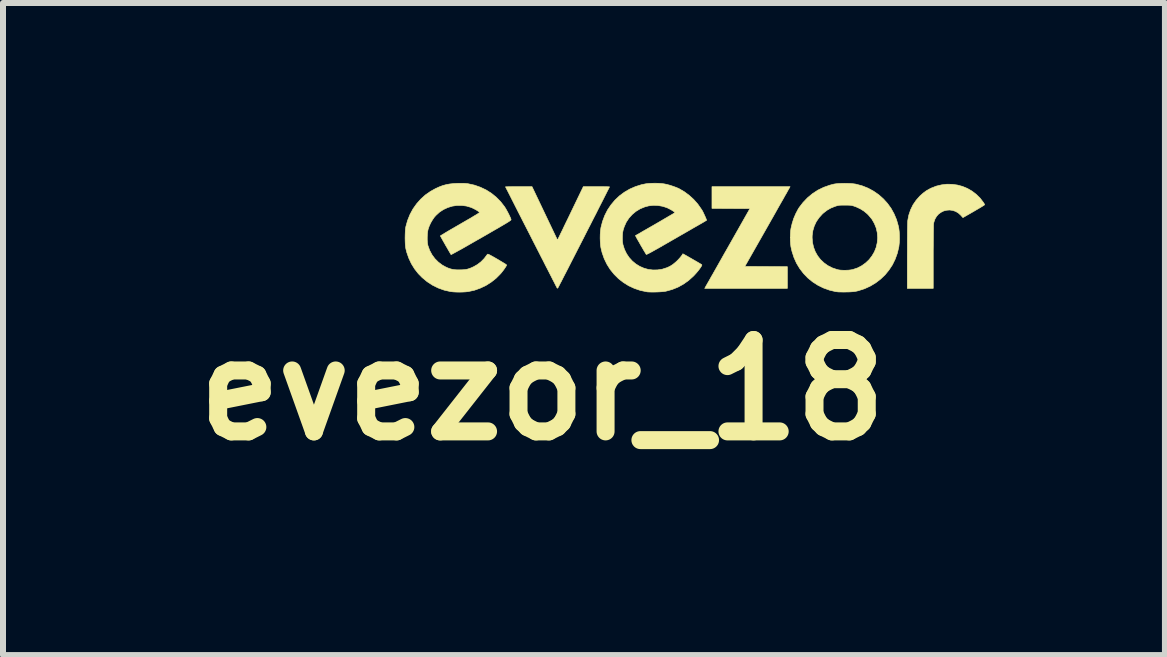
<source format=kicad_pcb>
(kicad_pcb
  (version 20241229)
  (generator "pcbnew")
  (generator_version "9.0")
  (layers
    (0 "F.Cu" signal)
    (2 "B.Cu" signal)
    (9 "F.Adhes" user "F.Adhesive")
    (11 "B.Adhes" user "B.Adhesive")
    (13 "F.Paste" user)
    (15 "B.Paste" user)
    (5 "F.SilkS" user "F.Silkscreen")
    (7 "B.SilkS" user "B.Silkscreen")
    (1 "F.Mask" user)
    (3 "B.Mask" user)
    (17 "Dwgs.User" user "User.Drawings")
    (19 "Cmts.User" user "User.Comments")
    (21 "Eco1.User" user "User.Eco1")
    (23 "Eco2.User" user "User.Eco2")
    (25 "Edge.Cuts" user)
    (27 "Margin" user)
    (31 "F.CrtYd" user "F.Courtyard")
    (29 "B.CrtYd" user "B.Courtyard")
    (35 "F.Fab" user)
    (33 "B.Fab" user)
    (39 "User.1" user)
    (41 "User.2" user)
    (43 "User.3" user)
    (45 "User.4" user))
  (footprint "evezor_18"
    (layer "F.Cu")
    (at 8.534 0.913)
    (property "Reference" "evezor_18" (at -2.54 2.54 0) (layer "F.SilkS") (effects (font (size 1.524 1.524) (thickness 0.3))))
    (attr through_hole)
    (fp_poly (pts (xy 1.579 -0.833) (xy 1.574 -0.826) (xy 1.564 -0.808) (xy 1.548 -0.78) (xy 1.528 -0.743) (xy 1.502 -0.699) (xy 1.473 -0.646) (xy 1.439 -0.587) (xy 1.402 -0.522) (xy 1.362 -0.451) (xy 1.32 -0.376) (xy 1.275 -0.297) (xy 1.228 -0.214) (xy 1.202 -0.168) (xy 0.834 0.479) (xy 1.543 0.483) (xy 1.543 0.845) (xy 0.165 0.845) (xy 0.184 0.811) (xy 0.189 0.801) (xy 0.201 0.781) (xy 0.218 0.751) (xy 0.24 0.713) (xy 0.266 0.666) (xy 0.297 0.612) (xy 0.331 0.552) (xy 0.369 0.485) (xy 0.409 0.414) (xy 0.452 0.338) (xy 0.497 0.258) (xy 0.544 0.176) (xy 0.561 0.146) (xy 0.919 -0.486) (xy 0.603 -0.487) (xy 0.286 -0.489) (xy 0.286 -0.851) (xy 1.588 -0.851) (xy 1.579 -0.833)) (stroke (width 0.01) (type solid)) (fill yes) (layer "F.SilkS"))
    (fp_poly (pts (xy 4.291 -0.89) (xy 4.379 -0.878) (xy 4.463 -0.855) (xy 4.545 -0.821) (xy 4.621 -0.777) (xy 4.692 -0.723) (xy 4.756 -0.66) (xy 4.809 -0.591) (xy 4.821 -0.573) (xy 4.829 -0.558) (xy 4.832 -0.55) (xy 4.827 -0.545) (xy 4.812 -0.535) (xy 4.788 -0.52) (xy 4.757 -0.501) (xy 4.721 -0.48) (xy 4.68 -0.456) (xy 4.651 -0.439) (xy 4.47 -0.335) (xy 4.435 -0.374) (xy 4.393 -0.412) (xy 4.347 -0.439) (xy 4.298 -0.455) (xy 4.248 -0.462) (xy 4.198 -0.458) (xy 4.15 -0.446) (xy 4.106 -0.424) (xy 4.065 -0.395) (xy 4.031 -0.357) (xy 4.004 -0.311) (xy 3.986 -0.259) (xy 3.981 -0.234) (xy 3.98 -0.221) (xy 3.979 -0.197) (xy 3.979 -0.162) (xy 3.978 -0.118) (xy 3.977 -0.065) (xy 3.977 -0.004) (xy 3.976 0.062) (xy 3.976 0.135) (xy 3.975 0.211) (xy 3.975 0.291) (xy 3.975 0.325) (xy 3.975 0.845) (xy 3.543 0.845) (xy 3.543 0.303) (xy 3.544 0.214) (xy 3.544 0.129) (xy 3.544 0.05) (xy 3.545 -0.024) (xy 3.545 -0.09) (xy 3.546 -0.148) (xy 3.547 -0.198) (xy 3.548 -0.237) (xy 3.549 -0.266) (xy 3.55 -0.283) (xy 3.55 -0.286) (xy 3.568 -0.378) (xy 3.598 -0.466) (xy 3.638 -0.548) (xy 3.69 -0.624) (xy 3.751 -0.693) (xy 3.755 -0.697) (xy 3.808 -0.744) (xy 3.859 -0.782) (xy 3.914 -0.813) (xy 3.939 -0.826) (xy 4.026 -0.86) (xy 4.114 -0.881) (xy 4.203 -0.892) (xy 4.291 -0.89)) (stroke (width 0.01) (type solid)) (fill yes) (layer "F.SilkS"))
    (fp_poly (pts (xy -2.502 -0.406) (xy -2.29 0.039) (xy -2.26 -0.02) (xy -2.252 -0.036) (xy -2.24 -0.062) (xy -2.222 -0.098) (xy -2.201 -0.141) (xy -2.177 -0.192) (xy -2.15 -0.248) (xy -2.12 -0.309) (xy -2.089 -0.373) (xy -2.057 -0.44) (xy -2.045 -0.465) (xy -1.859 -0.851) (xy -1.641 -0.851) (xy -1.589 -0.851) (xy -1.542 -0.851) (xy -1.501 -0.85) (xy -1.467 -0.85) (xy -1.442 -0.849) (xy -1.426 -0.848) (xy -1.422 -0.848) (xy -1.425 -0.842) (xy -1.433 -0.825) (xy -1.447 -0.798) (xy -1.465 -0.763) (xy -1.487 -0.719) (xy -1.513 -0.668) (xy -1.542 -0.61) (xy -1.575 -0.546) (xy -1.61 -0.477) (xy -1.647 -0.403) (xy -1.687 -0.326) (xy -1.728 -0.245) (xy -1.77 -0.163) (xy -1.813 -0.079) (xy -1.856 0.006) (xy -1.899 0.09) (xy -1.942 0.174) (xy -1.984 0.256) (xy -2.025 0.336) (xy -2.064 0.412) (xy -2.101 0.485) (xy -2.136 0.553) (xy -2.168 0.615) (xy -2.197 0.671) (xy -2.222 0.721) (xy -2.244 0.762) (xy -2.261 0.796) (xy -2.274 0.82) (xy -2.281 0.834) (xy -2.283 0.837) (xy -2.29 0.843) (xy -2.296 0.837) (xy -2.3 0.83) (xy -2.309 0.813) (xy -2.323 0.786) (xy -2.341 0.75) (xy -2.364 0.706) (xy -2.39 0.654) (xy -2.42 0.596) (xy -2.453 0.531) (xy -2.489 0.462) (xy -2.526 0.388) (xy -2.566 0.311) (xy -2.607 0.23) (xy -2.649 0.148) (xy -2.692 0.064) (xy -2.735 -0.021) (xy -2.778 -0.105) (xy -2.821 -0.189) (xy -2.863 -0.271) (xy -2.903 -0.35) (xy -2.942 -0.426) (xy -2.979 -0.499) (xy -3.013 -0.566) (xy -3.045 -0.629) (xy -3.073 -0.685) (xy -3.098 -0.734) (xy -3.119 -0.775) (xy -3.136 -0.808) (xy -3.148 -0.831) (xy -3.154 -0.845) (xy -3.156 -0.848) (xy -3.15 -0.849) (xy -3.132 -0.849) (xy -3.105 -0.85) (xy -3.07 -0.85) (xy -3.027 -0.851) (xy -2.979 -0.851) (xy -2.935 -0.851) (xy -2.714 -0.851) (xy -2.502 -0.406)) (stroke (width 0.01) (type solid)) (fill yes) (layer "F.SilkS"))
    (fp_poly (pts (xy 2.55 -0.905) (xy 2.601 -0.903) (xy 2.645 -0.899) (xy 2.681 -0.894) (xy 2.686 -0.893) (xy 2.79 -0.865) (xy 2.888 -0.826) (xy 2.98 -0.776) (xy 3.065 -0.717) (xy 3.142 -0.649) (xy 3.212 -0.572) (xy 3.272 -0.489) (xy 3.322 -0.398) (xy 3.363 -0.301) (xy 3.392 -0.199) (xy 3.401 -0.156) (xy 3.408 -0.102) (xy 3.411 -0.04) (xy 3.412 0.024) (xy 3.409 0.087) (xy 3.403 0.143) (xy 3.401 0.156) (xy 3.376 0.26) (xy 3.34 0.359) (xy 3.294 0.453) (xy 3.237 0.539) (xy 3.172 0.619) (xy 3.097 0.69) (xy 3.015 0.753) (xy 2.925 0.807) (xy 2.829 0.851) (xy 2.726 0.884) (xy 2.692 0.892) (xy 2.663 0.897) (xy 2.625 0.901) (xy 2.58 0.904) (xy 2.531 0.905) (xy 2.482 0.906) (xy 2.434 0.905) (xy 2.392 0.904) (xy 2.359 0.9) (xy 2.349 0.899) (xy 2.244 0.874) (xy 2.144 0.838) (xy 2.051 0.792) (xy 1.964 0.736) (xy 1.884 0.671) (xy 1.813 0.597) (xy 1.75 0.515) (xy 1.696 0.426) (xy 1.653 0.33) (xy 1.62 0.228) (xy 1.602 0.149) (xy 1.597 0.105) (xy 1.593 0.053) (xy 1.592 -0.002) (xy 1.956 -0.002) (xy 1.962 0.08) (xy 1.98 0.159) (xy 2.008 0.233) (xy 2.047 0.302) (xy 2.095 0.364) (xy 2.152 0.418) (xy 2.217 0.465) (xy 2.289 0.502) (xy 2.368 0.529) (xy 2.4 0.537) (xy 2.433 0.541) (xy 2.474 0.543) (xy 2.519 0.543) (xy 2.564 0.541) (xy 2.605 0.536) (xy 2.635 0.53) (xy 2.713 0.504) (xy 2.784 0.467) (xy 2.849 0.42) (xy 2.906 0.366) (xy 2.954 0.304) (xy 2.994 0.236) (xy 3.023 0.163) (xy 3.041 0.085) (xy 3.048 0.005) (xy 3.048 0.001) (xy 3.042 -0.083) (xy 3.024 -0.162) (xy 2.994 -0.237) (xy 2.953 -0.308) (xy 2.9 -0.372) (xy 2.875 -0.398) (xy 2.819 -0.444) (xy 2.76 -0.481) (xy 2.694 -0.512) (xy 2.667 -0.522) (xy 2.644 -0.53) (xy 2.625 -0.535) (xy 2.608 -0.539) (xy 2.589 -0.541) (xy 2.565 -0.542) (xy 2.534 -0.543) (xy 2.502 -0.543) (xy 2.463 -0.543) (xy 2.433 -0.542) (xy 2.411 -0.541) (xy 2.392 -0.538) (xy 2.375 -0.534) (xy 2.355 -0.528) (xy 2.337 -0.522) (xy 2.267 -0.494) (xy 2.206 -0.459) (xy 2.15 -0.416) (xy 2.129 -0.398) (xy 2.072 -0.335) (xy 2.025 -0.267) (xy 1.991 -0.194) (xy 1.968 -0.117) (xy 1.957 -0.036) (xy 1.956 -0.002) (xy 1.592 -0.002) (xy 1.592 -0.003) (xy 1.594 -0.059) (xy 1.597 -0.11) (xy 1.602 -0.149) (xy 1.622 -0.235) (xy 1.649 -0.321) (xy 1.684 -0.402) (xy 1.723 -0.476) (xy 1.74 -0.503) (xy 1.806 -0.589) (xy 1.881 -0.667) (xy 1.963 -0.735) (xy 2.052 -0.793) (xy 2.149 -0.84) (xy 2.251 -0.876) (xy 2.32 -0.894) (xy 2.353 -0.899) (xy 2.396 -0.903) (xy 2.445 -0.905) (xy 2.497 -0.906) (xy 2.55 -0.905)) (stroke (width 0.01) (type solid)) (fill yes) (layer "F.SilkS"))
    (fp_poly (pts (xy -0.608 -0.907) (xy -0.556 -0.903) (xy -0.514 -0.898) (xy -0.469 -0.889) (xy -0.417 -0.875) (xy -0.365 -0.858) (xy -0.315 -0.84) (xy -0.272 -0.822) (xy -0.262 -0.817) (xy -0.176 -0.767) (xy -0.094 -0.706) (xy -0.018 -0.637) (xy 0.05 -0.56) (xy 0.108 -0.477) (xy 0.122 -0.456) (xy 0.133 -0.436) (xy 0.145 -0.411) (xy 0.158 -0.383) (xy 0.171 -0.355) (xy 0.182 -0.329) (xy 0.191 -0.308) (xy 0.195 -0.294) (xy 0.196 -0.289) (xy 0.19 -0.286) (xy 0.174 -0.277) (xy 0.149 -0.262) (xy 0.115 -0.242) (xy 0.073 -0.218) (xy 0.024 -0.19) (xy -0.032 -0.158) (xy -0.092 -0.123) (xy -0.158 -0.085) (xy -0.228 -0.045) (xy -0.301 -0.003) (xy -0.304 -0.001) (xy -0.393 0.05) (xy -0.471 0.095) (xy -0.539 0.134) (xy -0.598 0.168) (xy -0.648 0.196) (xy -0.691 0.22) (xy -0.725 0.239) (xy -0.753 0.254) (xy -0.775 0.265) (xy -0.791 0.273) (xy -0.802 0.277) (xy -0.808 0.279) (xy -0.81 0.278) (xy -0.815 0.27) (xy -0.825 0.254) (xy -0.839 0.23) (xy -0.857 0.201) (xy -0.876 0.167) (xy -0.897 0.132) (xy -0.917 0.096) (xy -0.937 0.061) (xy -0.955 0.03) (xy -0.97 0.003) (xy -0.981 -0.018) (xy -0.988 -0.031) (xy -0.99 -0.035) (xy -0.984 -0.038) (xy -0.968 -0.047) (xy -0.943 -0.061) (xy -0.91 -0.08) (xy -0.87 -0.104) (xy -0.824 -0.13) (xy -0.772 -0.16) (xy -0.716 -0.192) (xy -0.659 -0.225) (xy -0.6 -0.259) (xy -0.544 -0.292) (xy -0.493 -0.322) (xy -0.447 -0.349) (xy -0.407 -0.372) (xy -0.375 -0.391) (xy -0.35 -0.406) (xy -0.335 -0.416) (xy -0.33 -0.419) (xy -0.335 -0.426) (xy -0.35 -0.436) (xy -0.37 -0.45) (xy -0.395 -0.465) (xy -0.421 -0.479) (xy -0.447 -0.492) (xy -0.466 -0.501) (xy -0.538 -0.524) (xy -0.614 -0.537) (xy -0.691 -0.54) (xy -0.768 -0.531) (xy -0.833 -0.514) (xy -0.911 -0.482) (xy -0.982 -0.439) (xy -1.044 -0.387) (xy -1.098 -0.327) (xy -1.143 -0.259) (xy -1.177 -0.183) (xy -1.194 -0.13) (xy -1.203 -0.087) (xy -1.207 -0.037) (xy -1.208 0.016) (xy -1.206 0.067) (xy -1.199 0.11) (xy -1.198 0.116) (xy -1.173 0.195) (xy -1.138 0.267) (xy -1.094 0.332) (xy -1.042 0.389) (xy -0.983 0.438) (xy -0.918 0.478) (xy -0.849 0.508) (xy -0.775 0.529) (xy -0.699 0.538) (xy -0.622 0.537) (xy -0.543 0.525) (xy -0.465 0.5) (xy -0.462 0.499) (xy -0.413 0.476) (xy -0.367 0.447) (xy -0.322 0.41) (xy -0.302 0.392) (xy -0.277 0.367) (xy -0.252 0.34) (xy -0.229 0.312) (xy -0.211 0.288) (xy -0.2 0.269) (xy -0.199 0.268) (xy -0.194 0.271) (xy -0.179 0.279) (xy -0.157 0.291) (xy -0.129 0.307) (xy -0.096 0.326) (xy -0.061 0.346) (xy -0.025 0.367) (xy 0.01 0.387) (xy 0.043 0.406) (xy 0.072 0.423) (xy 0.095 0.437) (xy 0.11 0.446) (xy 0.117 0.451) (xy 0.117 0.459) (xy 0.109 0.476) (xy 0.095 0.498) (xy 0.076 0.525) (xy 0.052 0.556) (xy 0.025 0.588) (xy -0.004 0.62) (xy -0.025 0.642) (xy -0.105 0.714) (xy -0.19 0.774) (xy -0.28 0.824) (xy -0.377 0.863) (xy -0.482 0.892) (xy -0.483 0.892) (xy -0.508 0.896) (xy -0.544 0.9) (xy -0.586 0.903) (xy -0.632 0.905) (xy -0.679 0.906) (xy -0.723 0.906) (xy -0.763 0.905) (xy -0.794 0.903) (xy -0.803 0.901) (xy -0.908 0.879) (xy -1.008 0.845) (xy -1.103 0.801) (xy -1.191 0.746) (xy -1.272 0.683) (xy -1.345 0.61) (xy -1.41 0.53) (xy -1.465 0.443) (xy -1.511 0.348) (xy -1.546 0.248) (xy -1.566 0.165) (xy -1.572 0.119) (xy -1.576 0.065) (xy -1.578 0.007) (xy -1.577 -0.053) (xy -1.573 -0.108) (xy -1.567 -0.156) (xy -1.566 -0.165) (xy -1.539 -0.27) (xy -1.502 -0.369) (xy -1.455 -0.462) (xy -1.397 -0.548) (xy -1.331 -0.627) (xy -1.257 -0.697) (xy -1.175 -0.758) (xy -1.086 -0.81) (xy -0.99 -0.852) (xy -0.889 -0.884) (xy -0.816 -0.899) (xy -0.772 -0.904) (xy -0.72 -0.907) (xy -0.664 -0.908) (xy -0.608 -0.907)) (stroke (width 0.01) (type solid)) (fill yes) (layer "F.SilkS"))
    (fp_poly (pts (xy -3.863 -0.907) (xy -3.828 -0.905) (xy -3.796 -0.902) (xy -3.781 -0.9) (xy -3.676 -0.877) (xy -3.576 -0.842) (xy -3.481 -0.797) (xy -3.392 -0.741) (xy -3.311 -0.675) (xy -3.237 -0.6) (xy -3.171 -0.515) (xy -3.168 -0.51) (xy -3.153 -0.486) (xy -3.136 -0.456) (xy -3.118 -0.423) (xy -3.1 -0.388) (xy -3.085 -0.356) (xy -3.072 -0.328) (xy -3.065 -0.308) (xy -3.064 -0.305) (xy -3.064 -0.302) (xy -3.064 -0.298) (xy -3.067 -0.294) (xy -3.072 -0.289) (xy -3.081 -0.283) (xy -3.093 -0.274) (xy -3.11 -0.263) (xy -3.131 -0.25) (xy -3.159 -0.233) (xy -3.193 -0.213) (xy -3.234 -0.189) (xy -3.283 -0.16) (xy -3.341 -0.127) (xy -3.408 -0.088) (xy -3.484 -0.044) (xy -3.559 -0.001) (xy -3.633 0.041) (xy -3.703 0.081) (xy -3.769 0.119) (xy -3.83 0.154) (xy -3.886 0.186) (xy -3.936 0.213) (xy -3.979 0.237) (xy -4.014 0.256) (xy -4.04 0.27) (xy -4.057 0.279) (xy -4.064 0.282) (xy -4.064 0.282) (xy -4.069 0.274) (xy -4.079 0.257) (xy -4.093 0.233) (xy -4.11 0.204) (xy -4.129 0.17) (xy -4.15 0.135) (xy -4.17 0.099) (xy -4.19 0.064) (xy -4.208 0.032) (xy -4.223 0.005) (xy -4.234 -0.015) (xy -4.241 -0.028) (xy -4.242 -0.031) (xy -4.236 -0.035) (xy -4.221 -0.044) (xy -4.196 -0.059) (xy -4.164 -0.079) (xy -4.124 -0.103) (xy -4.078 -0.13) (xy -4.026 -0.16) (xy -3.971 -0.192) (xy -3.912 -0.226) (xy -3.84 -0.268) (xy -3.779 -0.303) (xy -3.727 -0.333) (xy -3.685 -0.359) (xy -3.651 -0.379) (xy -3.625 -0.395) (xy -3.607 -0.407) (xy -3.595 -0.416) (xy -3.59 -0.422) (xy -3.589 -0.424) (xy -3.601 -0.434) (xy -3.621 -0.448) (xy -3.647 -0.464) (xy -3.675 -0.479) (xy -3.703 -0.493) (xy -3.728 -0.504) (xy -3.73 -0.505) (xy -3.808 -0.528) (xy -3.887 -0.538) (xy -3.966 -0.538) (xy -4.044 -0.526) (xy -4.119 -0.503) (xy -4.19 -0.47) (xy -4.256 -0.427) (xy -4.315 -0.373) (xy -4.343 -0.342) (xy -4.374 -0.297) (xy -4.404 -0.246) (xy -4.429 -0.191) (xy -4.446 -0.142) (xy -4.454 -0.105) (xy -4.459 -0.06) (xy -4.461 -0.01) (xy -4.461 0.04) (xy -4.458 0.086) (xy -4.451 0.125) (xy -4.449 0.133) (xy -4.421 0.211) (xy -4.382 0.284) (xy -4.334 0.349) (xy -4.276 0.407) (xy -4.211 0.456) (xy -4.157 0.486) (xy -4.116 0.505) (xy -4.079 0.518) (xy -4.045 0.527) (xy -4.008 0.533) (xy -3.965 0.536) (xy -3.924 0.536) (xy -3.875 0.535) (xy -3.834 0.532) (xy -3.798 0.526) (xy -3.764 0.516) (xy -3.727 0.502) (xy -3.686 0.483) (xy -3.622 0.446) (xy -3.564 0.401) (xy -3.511 0.347) (xy -3.461 0.281) (xy -3.461 0.281) (xy -3.458 0.277) (xy -3.454 0.275) (xy -3.449 0.275) (xy -3.44 0.277) (xy -3.427 0.283) (xy -3.408 0.293) (xy -3.382 0.307) (xy -3.348 0.326) (xy -3.305 0.351) (xy -3.294 0.357) (xy -3.254 0.381) (xy -3.217 0.403) (xy -3.186 0.422) (xy -3.161 0.437) (xy -3.145 0.449) (xy -3.137 0.455) (xy -3.137 0.455) (xy -3.141 0.465) (xy -3.151 0.483) (xy -3.166 0.505) (xy -3.184 0.532) (xy -3.205 0.559) (xy -3.225 0.585) (xy -3.238 0.6) (xy -3.312 0.675) (xy -3.394 0.74) (xy -3.482 0.796) (xy -3.577 0.841) (xy -3.675 0.876) (xy -3.776 0.898) (xy -3.82 0.903) (xy -3.871 0.906) (xy -3.926 0.907) (xy -3.981 0.906) (xy -4.031 0.903) (xy -4.072 0.898) (xy -4.074 0.898) (xy -4.179 0.874) (xy -4.279 0.838) (xy -4.374 0.791) (xy -4.463 0.733) (xy -4.546 0.664) (xy -4.609 0.6) (xy -4.671 0.521) (xy -4.725 0.434) (xy -4.769 0.34) (xy -4.803 0.242) (xy -4.818 0.182) (xy -4.823 0.149) (xy -4.827 0.106) (xy -4.829 0.057) (xy -4.83 0.005) (xy -4.829 -0.048) (xy -4.827 -0.098) (xy -4.824 -0.142) (xy -4.819 -0.178) (xy -4.818 -0.183) (xy -4.789 -0.287) (xy -4.749 -0.386) (xy -4.699 -0.479) (xy -4.639 -0.564) (xy -4.57 -0.642) (xy -4.493 -0.712) (xy -4.407 -0.772) (xy -4.328 -0.816) (xy -4.263 -0.846) (xy -4.203 -0.869) (xy -4.144 -0.885) (xy -4.084 -0.896) (xy -4.017 -0.903) (xy -3.956 -0.906) (xy -3.905 -0.907) (xy -3.863 -0.907)) (stroke (width 0.01) (type solid)) (fill yes) (layer "F.SilkS")))
  (gr_rect
    (start -3 -3)
    (end 16.372 7.871)
    (stroke (width 0.1) (type default))
    (fill no)
    (layer "Edge.Cuts")))
</source>
